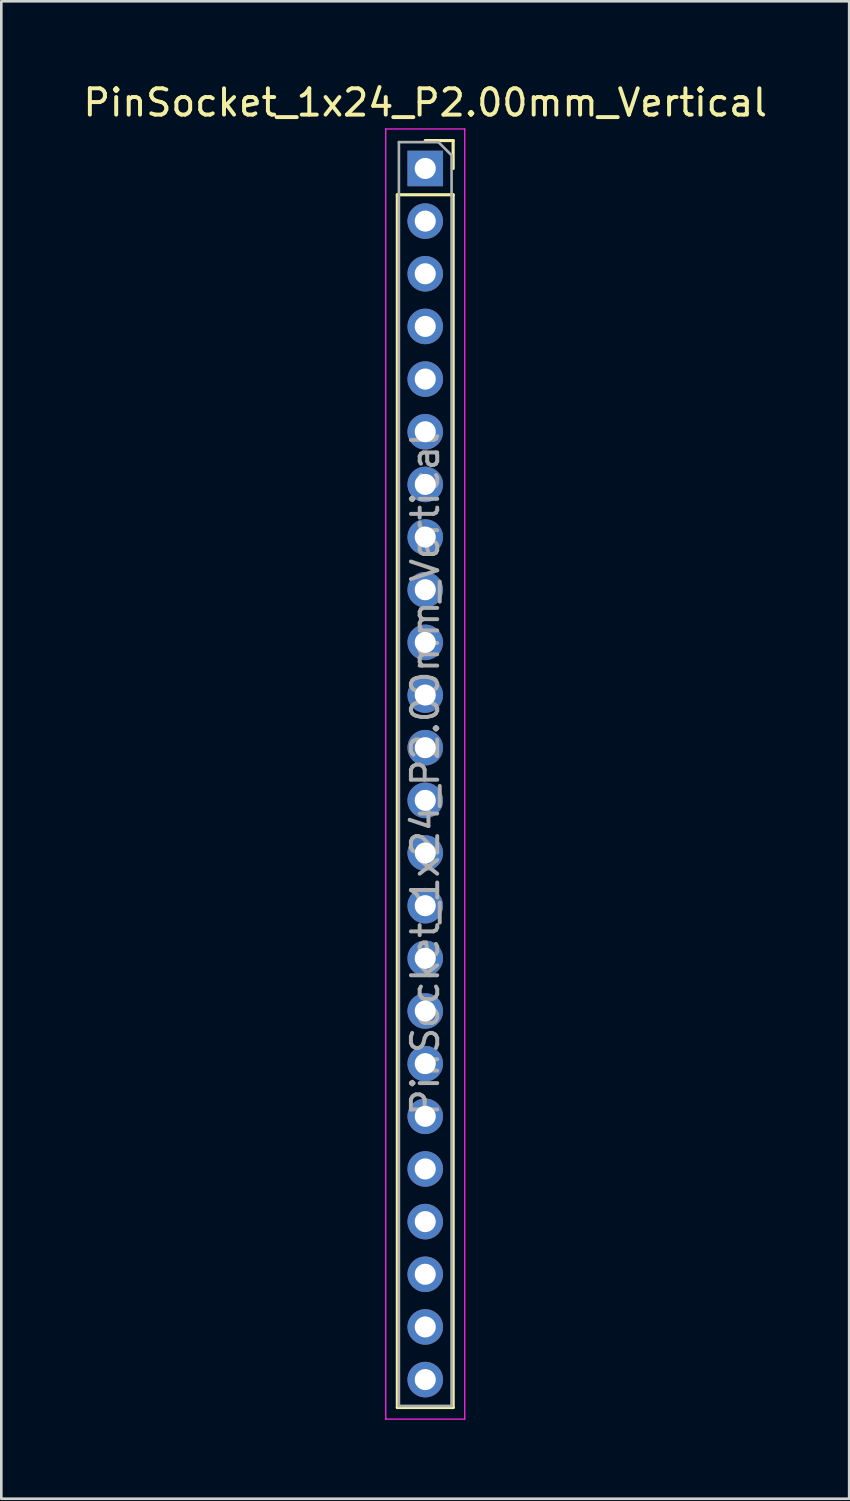
<source format=kicad_pcb>
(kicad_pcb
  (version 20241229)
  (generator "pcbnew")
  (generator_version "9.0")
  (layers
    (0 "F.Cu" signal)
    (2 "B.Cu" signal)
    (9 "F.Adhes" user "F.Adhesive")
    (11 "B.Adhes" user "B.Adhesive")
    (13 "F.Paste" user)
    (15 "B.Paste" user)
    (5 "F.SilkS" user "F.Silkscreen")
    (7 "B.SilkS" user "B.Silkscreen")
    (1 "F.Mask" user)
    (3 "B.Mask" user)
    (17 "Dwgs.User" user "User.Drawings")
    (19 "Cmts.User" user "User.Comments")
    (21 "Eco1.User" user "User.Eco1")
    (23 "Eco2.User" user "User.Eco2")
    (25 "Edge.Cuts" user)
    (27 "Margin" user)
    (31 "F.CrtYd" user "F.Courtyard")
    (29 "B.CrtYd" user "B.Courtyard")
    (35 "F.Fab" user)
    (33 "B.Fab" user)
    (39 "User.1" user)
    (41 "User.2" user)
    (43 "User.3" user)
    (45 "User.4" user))
  (footprint "PinSocket_1x24_P2.00mm_Vertical"
    (layer "F.Cu")
    (at 13.101 3.348)
    (property "Reference" "PinSocket_1x24_P2.00mm_Vertical" (at 0 -2.5 0) (layer "F.SilkS") (effects (font (size 1 1) (thickness 0.15))))
    (attr through_hole)
    (fp_line (start -1.06 1) (end -1.06 47.06) (stroke (width 0.12) (type solid)) (layer "F.SilkS"))
    (fp_line (start -1.06 1) (end 1.06 1) (stroke (width 0.12) (type solid)) (layer "F.SilkS"))
    (fp_line (start -1.06 47.06) (end 1.06 47.06) (stroke (width 0.12) (type solid)) (layer "F.SilkS"))
    (fp_line (start 0 -1.06) (end 1.06 -1.06) (stroke (width 0.12) (type solid)) (layer "F.SilkS"))
    (fp_line (start 1.06 -1.06) (end 1.06 0) (stroke (width 0.12) (type solid)) (layer "F.SilkS"))
    (fp_line (start 1.06 1) (end 1.06 47.06) (stroke (width 0.12) (type solid)) (layer "F.SilkS"))
    (fp_line (start -1.5 -1.5) (end 1.5 -1.5) (stroke (width 0.05) (type solid)) (layer "F.CrtYd"))
    (fp_line (start -1.5 47.5) (end -1.5 -1.5) (stroke (width 0.05) (type solid)) (layer "F.CrtYd"))
    (fp_line (start 1.5 -1.5) (end 1.5 47.5) (stroke (width 0.05) (type solid)) (layer "F.CrtYd"))
    (fp_line (start 1.5 47.5) (end -1.5 47.5) (stroke (width 0.05) (type solid)) (layer "F.CrtYd"))
    (fp_line (start -1 -1) (end 0.5 -1) (stroke (width 0.1) (type solid)) (layer "F.Fab"))
    (fp_line (start -1 47) (end -1 -1) (stroke (width 0.1) (type solid)) (layer "F.Fab"))
    (fp_line (start 0.5 -1) (end 1 -0.5) (stroke (width 0.1) (type solid)) (layer "F.Fab"))
    (fp_line (start 1 -0.5) (end 1 47) (stroke (width 0.1) (type solid)) (layer "F.Fab"))
    (fp_line (start 1 47) (end -1 47) (stroke (width 0.1) (type solid)) (layer "F.Fab"))
    (fp_text user "${REFERENCE}" (at 0 23 90) (layer "F.Fab") (effects (font (size 1 1) (thickness 0.15))))
    (pad "1" thru_hole rect (at 0 0) (size 1.35 1.35) (drill 0.8) (layers "*.Cu" "*.Mask"))
    (pad "2" thru_hole oval (at 0 2) (size 1.35 1.35) (drill 0.8) (layers "*.Cu" "*.Mask"))
    (pad "3" thru_hole oval (at 0 4) (size 1.35 1.35) (drill 0.8) (layers "*.Cu" "*.Mask"))
    (pad "4" thru_hole oval (at 0 6) (size 1.35 1.35) (drill 0.8) (layers "*.Cu" "*.Mask"))
    (pad "5" thru_hole oval (at 0 8) (size 1.35 1.35) (drill 0.8) (layers "*.Cu" "*.Mask"))
    (pad "6" thru_hole oval (at 0 10) (size 1.35 1.35) (drill 0.8) (layers "*.Cu" "*.Mask"))
    (pad "7" thru_hole oval (at 0 12) (size 1.35 1.35) (drill 0.8) (layers "*.Cu" "*.Mask"))
    (pad "8" thru_hole oval (at 0 14) (size 1.35 1.35) (drill 0.8) (layers "*.Cu" "*.Mask"))
    (pad "9" thru_hole oval (at 0 16) (size 1.35 1.35) (drill 0.8) (layers "*.Cu" "*.Mask"))
    (pad "10" thru_hole oval (at 0 18) (size 1.35 1.35) (drill 0.8) (layers "*.Cu" "*.Mask"))
    (pad "11" thru_hole oval (at 0 20) (size 1.35 1.35) (drill 0.8) (layers "*.Cu" "*.Mask"))
    (pad "12" thru_hole oval (at 0 22) (size 1.35 1.35) (drill 0.8) (layers "*.Cu" "*.Mask"))
    (pad "13" thru_hole oval (at 0 24) (size 1.35 1.35) (drill 0.8) (layers "*.Cu" "*.Mask"))
    (pad "14" thru_hole oval (at 0 26) (size 1.35 1.35) (drill 0.8) (layers "*.Cu" "*.Mask"))
    (pad "15" thru_hole oval (at 0 28) (size 1.35 1.35) (drill 0.8) (layers "*.Cu" "*.Mask"))
    (pad "16" thru_hole oval (at 0 30) (size 1.35 1.35) (drill 0.8) (layers "*.Cu" "*.Mask"))
    (pad "17" thru_hole oval (at 0 32) (size 1.35 1.35) (drill 0.8) (layers "*.Cu" "*.Mask"))
    (pad "18" thru_hole oval (at 0 34) (size 1.35 1.35) (drill 0.8) (layers "*.Cu" "*.Mask"))
    (pad "19" thru_hole oval (at 0 36) (size 1.35 1.35) (drill 0.8) (layers "*.Cu" "*.Mask"))
    (pad "20" thru_hole oval (at 0 38) (size 1.35 1.35) (drill 0.8) (layers "*.Cu" "*.Mask"))
    (pad "21" thru_hole oval (at 0 40) (size 1.35 1.35) (drill 0.8) (layers "*.Cu" "*.Mask"))
    (pad "22" thru_hole oval (at 0 42) (size 1.35 1.35) (drill 0.8) (layers "*.Cu" "*.Mask"))
    (pad "23" thru_hole oval (at 0 44) (size 1.35 1.35) (drill 0.8) (layers "*.Cu" "*.Mask"))
    (pad "24" thru_hole oval (at 0 46) (size 1.35 1.35) (drill 0.8) (layers "*.Cu" "*.Mask")))
  (gr_rect
    (start -3 -3)
    (end 29.202 53.873)
    (stroke (width 0.1) (type default))
    (fill no)
    (layer "Edge.Cuts")))
</source>
